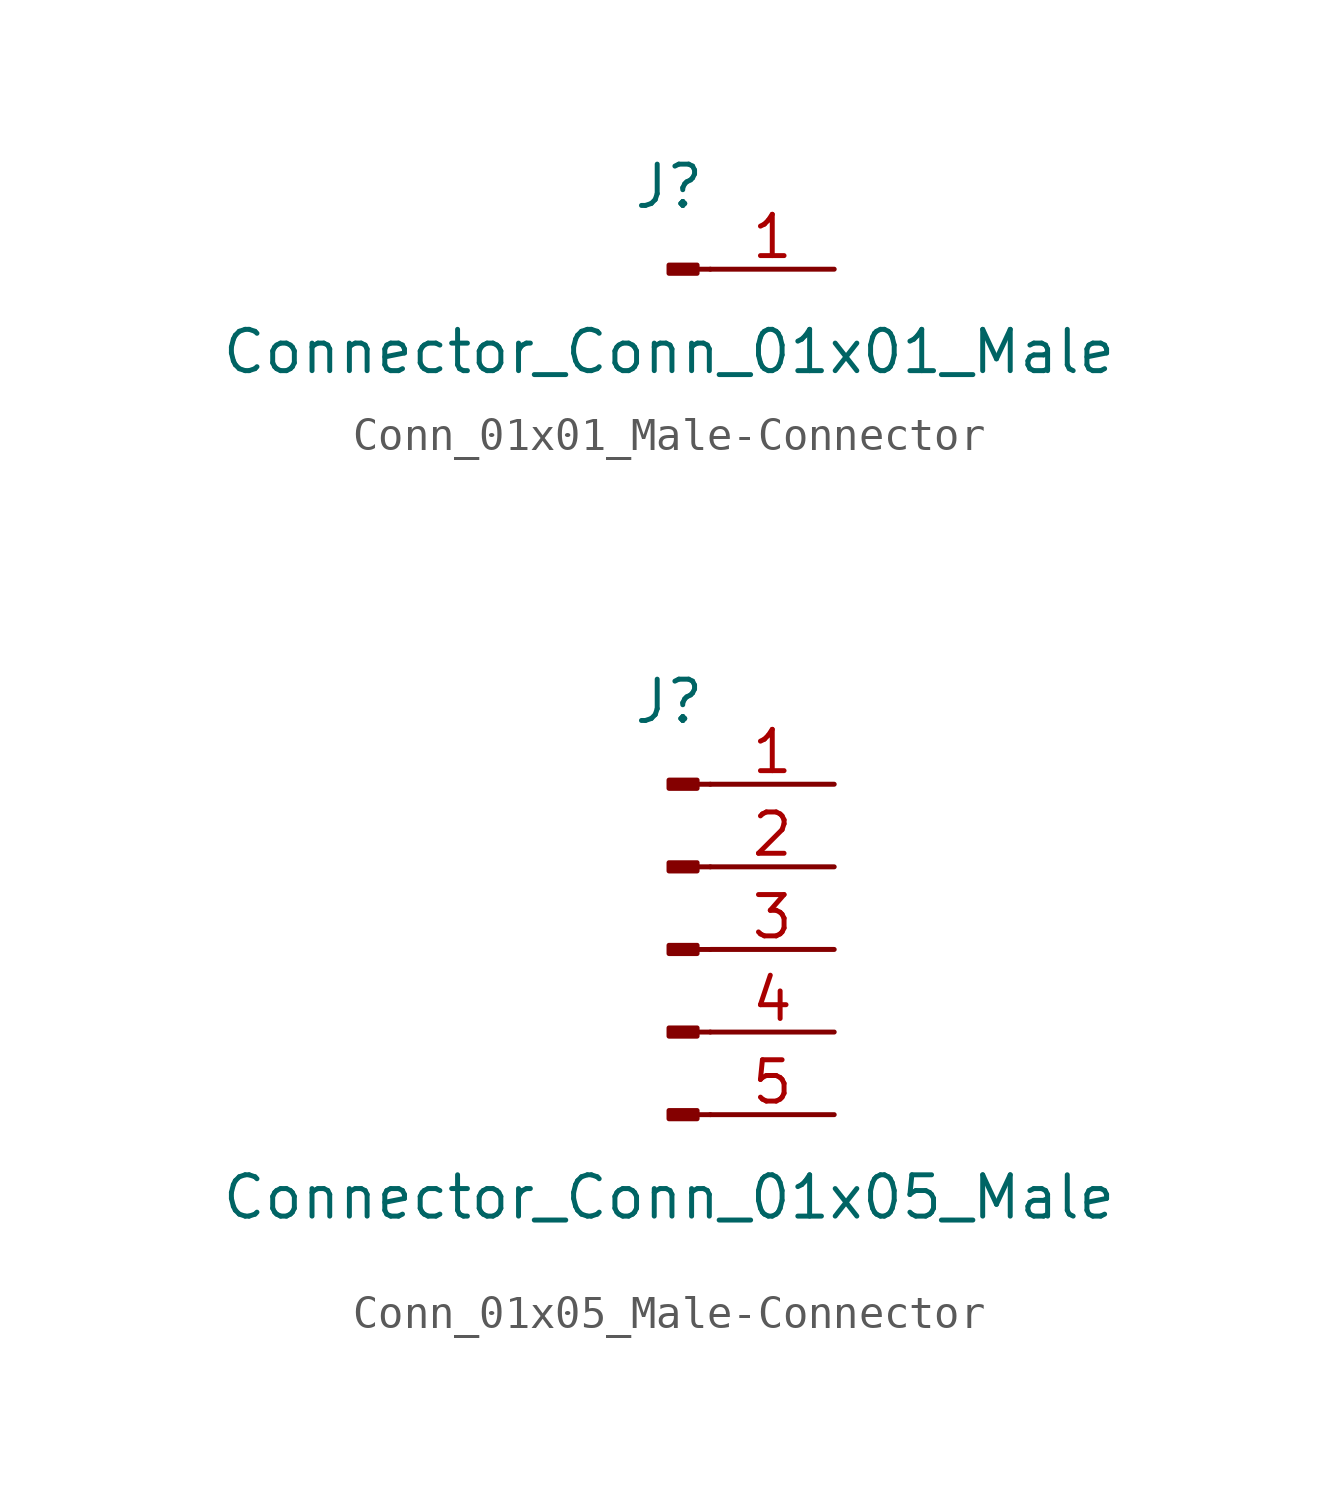
<source format=kicad_sym>
(kicad_symbol_lib
  (version 20220914)
  (generator kicad_symbol_editor)
  (symbol "Conn_01x01_Male-Connector"
    (pin_names
      (offset 1.016) hide)
    (property "Reference" "J"
      (at 0 2.54 0)
      (effects (font (size 1.27 1.27))))
    (property "Value" "Connector_Conn_01x01_Male"
      (at 0 -2.54 0)
      (effects (font (size 1.27 1.27))))
    (symbol "Conn_01x01_Male-Connector_1_1"
      (polyline (pts (xy 1.27 0) (xy 0.864 0)) (stroke (width 0.152) (type solid)) (fill (type none)))
      (rectangle (start 0.864 0.127) (end 0 -0.127) (stroke (width 0.152) (type solid)) (fill (type outline)))
      (pin passive line (at 5.08 0 180) (length 3.81) (name "Pin_1" (effects (font (size 1.27 1.27)))) (number "1" (effects (font (size 1.27 1.27)))))))
  (symbol "Conn_01x05_Male-Connector"
    (pin_names
      (offset 1.016) hide)
    (property "Reference" "J"
      (at 0 7.62 0)
      (effects (font (size 1.27 1.27))))
    (property "Value" "Connector_Conn_01x05_Male"
      (at 0 -7.62 0)
      (effects (font (size 1.27 1.27))))
    (symbol "Conn_01x05_Male-Connector_1_1"
      (polyline (pts (xy 1.27 -5.08) (xy 0.864 -5.08)) (stroke (width 0.152) (type solid)) (fill (type none)))
      (polyline (pts (xy 1.27 -2.54) (xy 0.864 -2.54)) (stroke (width 0.152) (type solid)) (fill (type none)))
      (polyline (pts (xy 1.27 0) (xy 0.864 0)) (stroke (width 0.152) (type solid)) (fill (type none)))
      (polyline (pts (xy 1.27 2.54) (xy 0.864 2.54)) (stroke (width 0.152) (type solid)) (fill (type none)))
      (polyline (pts (xy 1.27 5.08) (xy 0.864 5.08)) (stroke (width 0.152) (type solid)) (fill (type none)))
      (rectangle (start 0.864 -4.953) (end 0 -5.207) (stroke (width 0.152) (type solid)) (fill (type outline)))
      (rectangle (start 0.864 -2.413) (end 0 -2.667) (stroke (width 0.152) (type solid)) (fill (type outline)))
      (rectangle (start 0.864 0.127) (end 0 -0.127) (stroke (width 0.152) (type solid)) (fill (type outline)))
      (rectangle (start 0.864 2.667) (end 0 2.413) (stroke (width 0.152) (type solid)) (fill (type outline)))
      (rectangle (start 0.864 5.207) (end 0 4.953) (stroke (width 0.152) (type solid)) (fill (type outline)))
      (pin passive line (at 5.08 5.08 180) (length 3.81) (name "Pin_1" (effects (font (size 1.27 1.27)))) (number "1" (effects (font (size 1.27 1.27)))))
      (pin passive line (at 5.08 2.54 180) (length 3.81) (name "Pin_2" (effects (font (size 1.27 1.27)))) (number "2" (effects (font (size 1.27 1.27)))))
      (pin passive line (at 5.08 0 180) (length 3.81) (name "Pin_3" (effects (font (size 1.27 1.27)))) (number "3" (effects (font (size 1.27 1.27)))))
      (pin passive line (at 5.08 -2.54 180) (length 3.81) (name "Pin_4" (effects (font (size 1.27 1.27)))) (number "4" (effects (font (size 1.27 1.27)))))
      (pin passive line (at 5.08 -5.08 180) (length 3.81) (name "Pin_5" (effects (font (size 1.27 1.27)))) (number "5" (effects (font (size 1.27 1.27))))))))
</source>
